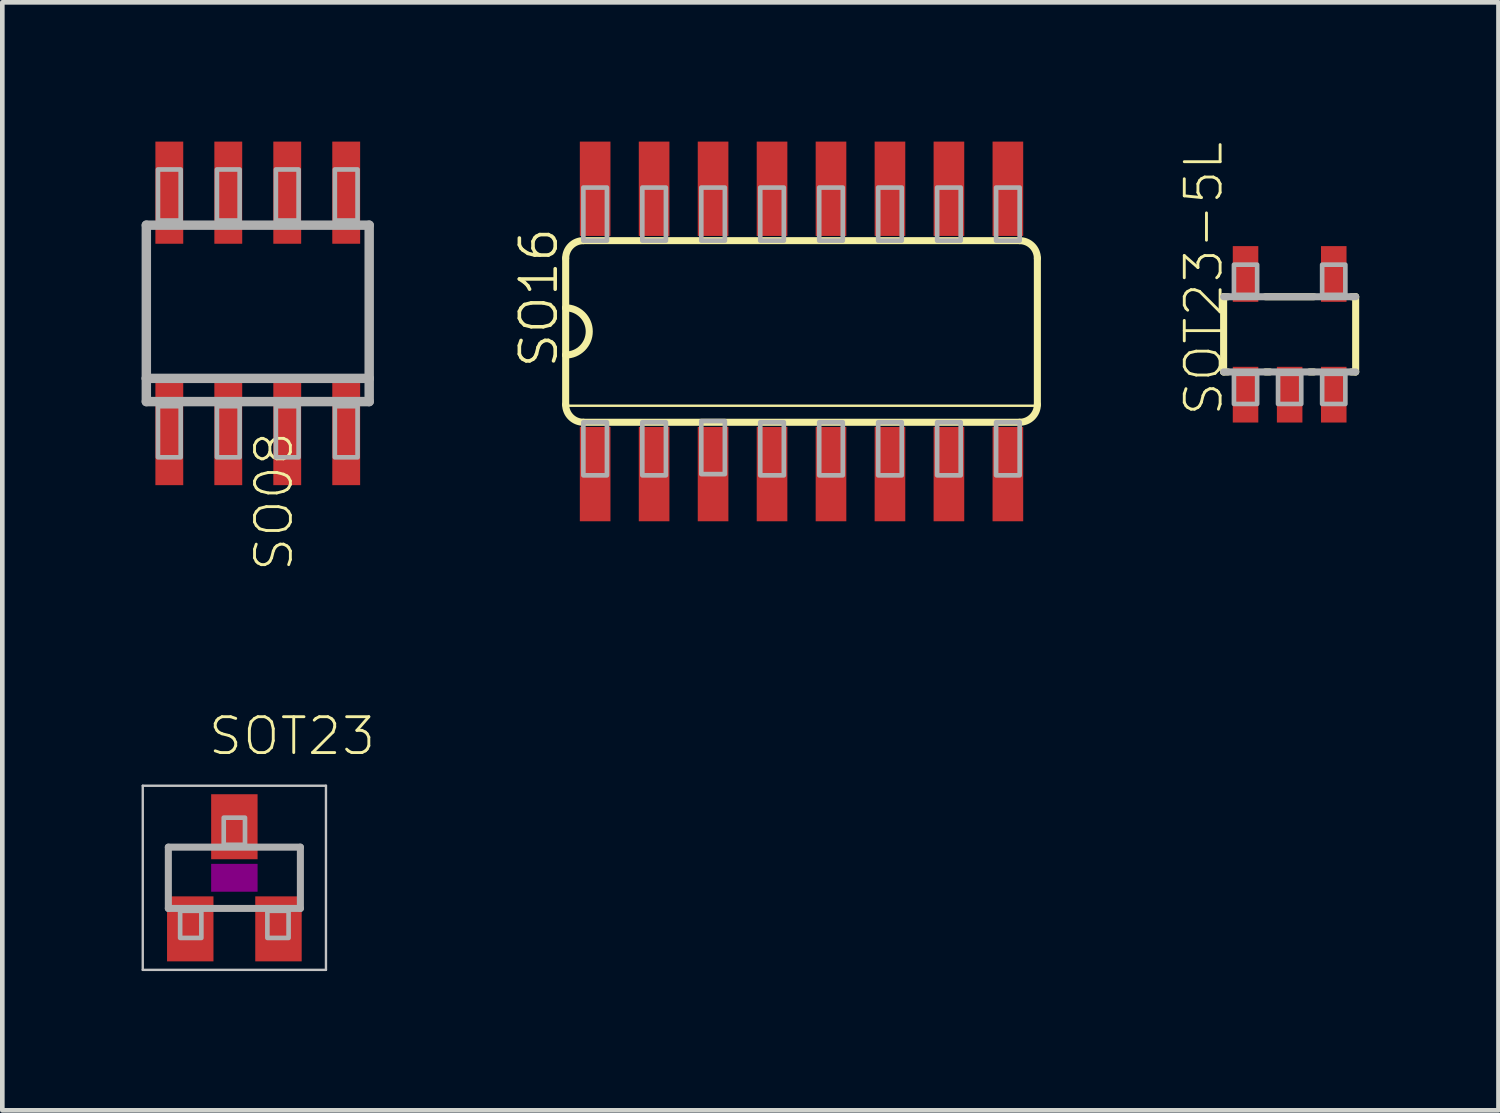
<source format=kicad_pcb>
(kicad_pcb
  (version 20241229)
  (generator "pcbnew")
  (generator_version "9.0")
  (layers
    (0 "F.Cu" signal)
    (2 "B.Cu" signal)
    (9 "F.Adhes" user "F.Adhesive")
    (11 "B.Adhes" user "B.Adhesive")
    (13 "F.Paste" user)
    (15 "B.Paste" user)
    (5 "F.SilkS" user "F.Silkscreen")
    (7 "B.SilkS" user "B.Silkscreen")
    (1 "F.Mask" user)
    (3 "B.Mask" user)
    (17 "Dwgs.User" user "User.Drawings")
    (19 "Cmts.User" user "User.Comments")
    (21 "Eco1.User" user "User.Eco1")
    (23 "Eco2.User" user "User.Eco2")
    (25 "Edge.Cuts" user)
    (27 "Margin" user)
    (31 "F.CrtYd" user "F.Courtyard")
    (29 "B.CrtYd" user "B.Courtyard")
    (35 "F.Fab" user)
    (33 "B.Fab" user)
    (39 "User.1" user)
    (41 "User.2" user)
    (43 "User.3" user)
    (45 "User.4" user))
  (footprint "SOT23-5L"
    (layer "F.Cu")
    (at 24.728 4.151)
    (property "Reference" "SOT23-5L" (at -1.4 1.8 90) (layer "F.SilkS") (effects (font (size 0.772 0.772) (thickness 0.062)) (justify left bottom)))
    (attr through_hole)
    (fp_line (start -1.422 -0.81) (end -1.328 -0.81) (stroke (width 0.152) (type solid)) (layer "F.SilkS"))
    (fp_line (start -1.422 0.81) (end -1.422 -0.81) (stroke (width 0.152) (type solid)) (layer "F.SilkS"))
    (fp_line (start -1.328 0.81) (end -1.422 0.81) (stroke (width 0.152) (type solid)) (layer "F.SilkS"))
    (fp_line (start -0.522 -0.81) (end 0.522 -0.81) (stroke (width 0.152) (type solid)) (layer "F.SilkS"))
    (fp_line (start -0.428 0.81) (end -0.522 0.81) (stroke (width 0.152) (type solid)) (layer "F.SilkS"))
    (fp_line (start 0.522 0.81) (end 0.428 0.81) (stroke (width 0.152) (type solid)) (layer "F.SilkS"))
    (fp_line (start 1.328 -0.81) (end 1.422 -0.81) (stroke (width 0.152) (type solid)) (layer "F.SilkS"))
    (fp_line (start 1.422 -0.81) (end 1.422 0.81) (stroke (width 0.152) (type solid)) (layer "F.SilkS"))
    (fp_line (start 1.422 0.81) (end 1.328 0.81) (stroke (width 0.152) (type solid)) (layer "F.SilkS"))
    (fp_line (start -1.422 -0.81) (end 1.422 -0.81) (stroke (width 0.152) (type solid)) (layer "F.Fab"))
    (fp_line (start 1.422 0.81) (end -1.422 0.81) (stroke (width 0.152) (type solid)) (layer "F.Fab"))
    (fp_poly (pts (xy -1.2 -0.85) (xy -0.7 -0.85) (xy -0.7 -1.5) (xy -1.2 -1.5)) (stroke (width 0.1) (type solid)) (fill no) (layer "F.Fab"))
    (fp_poly (pts (xy -1.2 1.5) (xy -0.7 1.5) (xy -0.7 0.85) (xy -1.2 0.85)) (stroke (width 0.1) (type solid)) (fill no) (layer "F.Fab"))
    (fp_poly (pts (xy -0.25 1.5) (xy 0.25 1.5) (xy 0.25 0.85) (xy -0.25 0.85)) (stroke (width 0.1) (type solid)) (fill no) (layer "F.Fab"))
    (fp_poly (pts (xy 0.7 -0.85) (xy 1.2 -0.85) (xy 1.2 -1.5) (xy 0.7 -1.5)) (stroke (width 0.1) (type solid)) (fill no) (layer "F.Fab"))
    (fp_poly (pts (xy 0.7 1.5) (xy 1.2 1.5) (xy 1.2 0.85) (xy 0.7 0.85)) (stroke (width 0.1) (type solid)) (fill no) (layer "F.Fab"))
    (pad "1" smd rect (at -0.95 1.3) (size 0.55 1.2) (layers "F.Cu" "F.Mask" "F.Paste"))
    (pad "2" smd rect (at 0 1.3) (size 0.55 1.2) (layers "F.Cu" "F.Mask" "F.Paste"))
    (pad "3" smd rect (at 0.95 1.3) (size 0.55 1.2) (layers "F.Cu" "F.Mask" "F.Paste"))
    (pad "4" smd rect (at 0.95 -1.3) (size 0.55 1.2) (layers "F.Cu" "F.Mask" "F.Paste"))
    (pad "5" smd rect (at -0.95 -1.3) (size 0.55 1.2) (layers "F.Cu" "F.Mask" "F.Paste")))
  (footprint "SO08"
    (layer "F.Cu")
    (at 2.502 3.7)
    (property "Reference" "SO08" (at 0.8 5.6 90) (layer "F.SilkS") (effects (font (size 0.772 0.772) (thickness 0.062)) (justify left bottom)))
    (attr through_hole)
    (fp_line (start -2.4 -1.9) (end 2.4 -1.9) (stroke (width 0.203) (type solid)) (layer "F.Fab"))
    (fp_line (start -2.4 1.4) (end -2.4 -1.9) (stroke (width 0.203) (type solid)) (layer "F.Fab"))
    (fp_line (start -2.4 1.9) (end -2.4 1.4) (stroke (width 0.203) (type solid)) (layer "F.Fab"))
    (fp_line (start 2.4 -1.9) (end 2.4 1.4) (stroke (width 0.203) (type solid)) (layer "F.Fab"))
    (fp_line (start 2.4 1.4) (end -2.4 1.4) (stroke (width 0.203) (type solid)) (layer "F.Fab"))
    (fp_line (start 2.4 1.4) (end 2.4 1.9) (stroke (width 0.203) (type solid)) (layer "F.Fab"))
    (fp_line (start 2.4 1.9) (end -2.4 1.9) (stroke (width 0.203) (type solid)) (layer "F.Fab"))
    (fp_poly (pts (xy -2.15 -2) (xy -1.66 -2) (xy -1.66 -3.1) (xy -2.15 -3.1)) (stroke (width 0.1) (type solid)) (fill no) (layer "F.Fab"))
    (fp_poly (pts (xy -2.15 3.1) (xy -1.66 3.1) (xy -1.66 2) (xy -2.15 2)) (stroke (width 0.1) (type solid)) (fill no) (layer "F.Fab"))
    (fp_poly (pts (xy -0.88 -2) (xy -0.39 -2) (xy -0.39 -3.1) (xy -0.88 -3.1)) (stroke (width 0.1) (type solid)) (fill no) (layer "F.Fab"))
    (fp_poly (pts (xy -0.88 3.1) (xy -0.39 3.1) (xy -0.39 2) (xy -0.88 2)) (stroke (width 0.1) (type solid)) (fill no) (layer "F.Fab"))
    (fp_poly (pts (xy 0.39 -2) (xy 0.88 -2) (xy 0.88 -3.1) (xy 0.39 -3.1)) (stroke (width 0.1) (type solid)) (fill no) (layer "F.Fab"))
    (fp_poly (pts (xy 0.39 3.1) (xy 0.88 3.1) (xy 0.88 2) (xy 0.39 2)) (stroke (width 0.1) (type solid)) (fill no) (layer "F.Fab"))
    (fp_poly (pts (xy 1.66 -2) (xy 2.15 -2) (xy 2.15 -3.1) (xy 1.66 -3.1)) (stroke (width 0.1) (type solid)) (fill no) (layer "F.Fab"))
    (fp_poly (pts (xy 1.66 3.1) (xy 2.15 3.1) (xy 2.15 2) (xy 1.66 2)) (stroke (width 0.1) (type solid)) (fill no) (layer "F.Fab"))
    (pad "1" smd rect (at -1.905 2.6) (size 0.6 2.2) (layers "F.Cu" "F.Mask" "F.Paste"))
    (pad "2" smd rect (at -0.635 2.6) (size 0.6 2.2) (layers "F.Cu" "F.Mask" "F.Paste"))
    (pad "3" smd rect (at 0.635 2.6) (size 0.6 2.2) (layers "F.Cu" "F.Mask" "F.Paste"))
    (pad "4" smd rect (at 1.905 2.6) (size 0.6 2.2) (layers "F.Cu" "F.Mask" "F.Paste"))
    (pad "5" smd rect (at 1.905 -2.6) (size 0.6 2.2) (layers "F.Cu" "F.Mask" "F.Paste"))
    (pad "6" smd rect (at 0.635 -2.6) (size 0.6 2.2) (layers "F.Cu" "F.Mask" "F.Paste"))
    (pad "7" smd rect (at -0.635 -2.6) (size 0.6 2.2) (layers "F.Cu" "F.Mask" "F.Paste"))
    (pad "8" smd rect (at -1.905 -2.6) (size 0.6 2.2) (layers "F.Cu" "F.Mask" "F.Paste")))
  (footprint "SO16"
    (layer "F.Cu")
    (at 14.214 4.089)
    (property "Reference" "SO16" (at -5.207 0.832 90) (layer "F.SilkS") (effects (font (size 0.772 0.772) (thickness 0.077)) (justify left bottom)))
    (attr through_hole)
    (fp_line (start -5.08 -1.575) (end -5.08 -0.508) (stroke (width 0.152) (type solid)) (layer "F.SilkS"))
    (fp_line (start -5.08 -0.508) (end -5.08 0.508) (stroke (width 0.152) (type solid)) (layer "F.SilkS"))
    (fp_line (start -5.08 0.508) (end -5.08 1.575) (stroke (width 0.152) (type solid)) (layer "F.SilkS"))
    (fp_line (start -5.08 1.6) (end 5.08 1.6) (stroke (width 0.051) (type solid)) (layer "F.SilkS"))
    (fp_line (start -4.699 1.956) (end 4.699 1.956) (stroke (width 0.152) (type solid)) (layer "F.SilkS"))
    (fp_line (start 4.699 -1.956) (end -4.699 -1.956) (stroke (width 0.152) (type solid)) (layer "F.SilkS"))
    (fp_line (start 5.08 1.575) (end 5.08 -1.575) (stroke (width 0.152) (type solid)) (layer "F.SilkS"))
    (fp_arc (start -5.08 -1.5748) (mid -4.968408 -1.844208) (end -4.699 -1.9558) (stroke (width 0.1524) (type solid)) (layer "F.SilkS"))
    (fp_arc (start -5.08 -0.508) (mid -4.572 0) (end -5.08 0.508) (stroke (width 0.1524) (type solid)) (layer "F.SilkS"))
    (fp_arc (start -4.699 1.9558) (mid -4.968408 1.844208) (end -5.08 1.5748) (stroke (width 0.1524) (type solid)) (layer "F.SilkS"))
    (fp_arc (start 4.699 -1.9558) (mid 4.968408 -1.844208) (end 5.08 -1.5748) (stroke (width 0.1524) (type solid)) (layer "F.SilkS"))
    (fp_arc (start 5.08 1.5748) (mid 4.968408 1.844208) (end 4.699 1.9558) (stroke (width 0.1524) (type solid)) (layer "F.SilkS"))
    (fp_poly (pts (xy -4.699 -1.956) (xy -4.191 -1.956) (xy -4.191 -3.099) (xy -4.699 -3.099)) (stroke (width 0.1) (type solid)) (fill no) (layer "F.Fab"))
    (fp_poly (pts (xy -4.699 3.099) (xy -4.191 3.099) (xy -4.191 1.956) (xy -4.699 1.956)) (stroke (width 0.1) (type solid)) (fill no) (layer "F.Fab"))
    (fp_poly (pts (xy -3.429 -1.956) (xy -2.921 -1.956) (xy -2.921 -3.099) (xy -3.429 -3.099)) (stroke (width 0.1) (type solid)) (fill no) (layer "F.Fab"))
    (fp_poly (pts (xy -3.429 3.099) (xy -2.921 3.099) (xy -2.921 1.956) (xy -3.429 1.956)) (stroke (width 0.1) (type solid)) (fill no) (layer "F.Fab"))
    (fp_poly (pts (xy -2.159 -1.956) (xy -1.651 -1.956) (xy -1.651 -3.099) (xy -2.159 -3.099)) (stroke (width 0.1) (type solid)) (fill no) (layer "F.Fab"))
    (fp_poly (pts (xy -2.159 3.073) (xy -1.651 3.073) (xy -1.651 1.93) (xy -2.159 1.93)) (stroke (width 0.1) (type solid)) (fill no) (layer "F.Fab"))
    (fp_poly (pts (xy -0.889 -1.956) (xy -0.381 -1.956) (xy -0.381 -3.099) (xy -0.889 -3.099)) (stroke (width 0.1) (type solid)) (fill no) (layer "F.Fab"))
    (fp_poly (pts (xy -0.889 3.099) (xy -0.381 3.099) (xy -0.381 1.956) (xy -0.889 1.956)) (stroke (width 0.1) (type solid)) (fill no) (layer "F.Fab"))
    (fp_poly (pts (xy 0.381 -1.956) (xy 0.889 -1.956) (xy 0.889 -3.099) (xy 0.381 -3.099)) (stroke (width 0.1) (type solid)) (fill no) (layer "F.Fab"))
    (fp_poly (pts (xy 0.381 3.099) (xy 0.889 3.099) (xy 0.889 1.956) (xy 0.381 1.956)) (stroke (width 0.1) (type solid)) (fill no) (layer "F.Fab"))
    (fp_poly (pts (xy 1.651 -1.956) (xy 2.159 -1.956) (xy 2.159 -3.099) (xy 1.651 -3.099)) (stroke (width 0.1) (type solid)) (fill no) (layer "F.Fab"))
    (fp_poly (pts (xy 1.651 3.099) (xy 2.159 3.099) (xy 2.159 1.956) (xy 1.651 1.956)) (stroke (width 0.1) (type solid)) (fill no) (layer "F.Fab"))
    (fp_poly (pts (xy 2.921 -1.956) (xy 3.429 -1.956) (xy 3.429 -3.099) (xy 2.921 -3.099)) (stroke (width 0.1) (type solid)) (fill no) (layer "F.Fab"))
    (fp_poly (pts (xy 2.921 3.099) (xy 3.429 3.099) (xy 3.429 1.956) (xy 2.921 1.956)) (stroke (width 0.1) (type solid)) (fill no) (layer "F.Fab"))
    (fp_poly (pts (xy 4.191 -1.956) (xy 4.699 -1.956) (xy 4.699 -3.099) (xy 4.191 -3.099)) (stroke (width 0.1) (type solid)) (fill no) (layer "F.Fab"))
    (fp_poly (pts (xy 4.191 3.099) (xy 4.699 3.099) (xy 4.699 1.956) (xy 4.191 1.956)) (stroke (width 0.1) (type solid)) (fill no) (layer "F.Fab"))
    (pad "1" smd rect (at -4.445 3.073) (size 0.66 2.032) (layers "F.Cu" "F.Mask" "F.Paste"))
    (pad "2" smd rect (at -3.175 3.073) (size 0.66 2.032) (layers "F.Cu" "F.Mask" "F.Paste"))
    (pad "3" smd rect (at -1.905 3.073) (size 0.66 2.032) (layers "F.Cu" "F.Mask" "F.Paste"))
    (pad "4" smd rect (at -0.635 3.073) (size 0.66 2.032) (layers "F.Cu" "F.Mask" "F.Paste"))
    (pad "5" smd rect (at 0.635 3.073) (size 0.66 2.032) (layers "F.Cu" "F.Mask" "F.Paste"))
    (pad "6" smd rect (at 1.905 3.073) (size 0.66 2.032) (layers "F.Cu" "F.Mask" "F.Paste"))
    (pad "7" smd rect (at 3.175 3.073) (size 0.66 2.032) (layers "F.Cu" "F.Mask" "F.Paste"))
    (pad "8" smd rect (at 4.445 3.073) (size 0.66 2.032) (layers "F.Cu" "F.Mask" "F.Paste"))
    (pad "9" smd rect (at 4.445 -3.073) (size 0.66 2.032) (layers "F.Cu" "F.Mask" "F.Paste"))
    (pad "10" smd rect (at 3.175 -3.073) (size 0.66 2.032) (layers "F.Cu" "F.Mask" "F.Paste"))
    (pad "11" smd rect (at 1.905 -3.073) (size 0.66 2.032) (layers "F.Cu" "F.Mask" "F.Paste"))
    (pad "12" smd rect (at 0.635 -3.073) (size 0.66 2.032) (layers "F.Cu" "F.Mask" "F.Paste"))
    (pad "13" smd rect (at -0.635 -3.073) (size 0.66 2.032) (layers "F.Cu" "F.Mask" "F.Paste"))
    (pad "14" smd rect (at -1.905 -3.073) (size 0.66 2.032) (layers "F.Cu" "F.Mask" "F.Paste"))
    (pad "15" smd rect (at -3.175 -3.073) (size 0.66 2.032) (layers "F.Cu" "F.Mask" "F.Paste"))
    (pad "16" smd rect (at -4.445 -3.073) (size 0.66 2.032) (layers "F.Cu" "F.Mask" "F.Paste")))
  (footprint "SOT23"
    (layer "F.Cu")
    (at 1.998 15.857)
    (property "Reference" "SOT23" (at -0.6 -2.6 180) (layer "F.SilkS") (effects (font (size 0.772 0.772) (thickness 0.062)) (justify left bottom)))
    (attr through_hole)
    (fp_poly (pts (xy -0.5 0.3) (xy 0.5 0.3) (xy 0.5 -0.3) (xy -0.5 -0.3)) (stroke (width 0) (type solid)) (fill yes) (layer "F.Adhes"))
    (fp_line (start -1.973 -1.983) (end 1.973 -1.983) (stroke (width 0.051) (type solid)) (layer "Dwgs.User"))
    (fp_line (start -1.973 1.983) (end -1.973 -1.983) (stroke (width 0.051) (type solid)) (layer "Dwgs.User"))
    (fp_line (start 1.973 -1.983) (end 1.973 1.983) (stroke (width 0.051) (type solid)) (layer "Dwgs.User"))
    (fp_line (start 1.973 1.983) (end -1.973 1.983) (stroke (width 0.051) (type solid)) (layer "Dwgs.User"))
    (fp_line (start -1.422 -0.66) (end 1.422 -0.66) (stroke (width 0.152) (type solid)) (layer "F.Fab"))
    (fp_line (start -1.422 0.66) (end -1.422 -0.66) (stroke (width 0.152) (type solid)) (layer "F.Fab"))
    (fp_line (start 1.422 -0.66) (end 1.422 0.66) (stroke (width 0.152) (type solid)) (layer "F.Fab"))
    (fp_line (start 1.422 0.66) (end -1.422 0.66) (stroke (width 0.152) (type solid)) (layer "F.Fab"))
    (fp_poly (pts (xy -1.168 1.295) (xy -0.711 1.295) (xy -0.711 0.711) (xy -1.168 0.711)) (stroke (width 0.1) (type solid)) (fill no) (layer "F.Fab"))
    (fp_poly (pts (xy -0.229 -0.711) (xy 0.229 -0.711) (xy 0.229 -1.295) (xy -0.229 -1.295)) (stroke (width 0.1) (type solid)) (fill no) (layer "F.Fab"))
    (fp_poly (pts (xy 0.711 1.295) (xy 1.168 1.295) (xy 1.168 0.711) (xy 0.711 0.711)) (stroke (width 0.1) (type solid)) (fill no) (layer "F.Fab"))
    (pad "1" smd rect (at -0.95 1.1) (size 1 1.4) (layers "F.Cu" "F.Mask" "F.Paste"))
    (pad "2" smd rect (at 0.95 1.1) (size 1 1.4) (layers "F.Cu" "F.Mask" "F.Paste"))
    (pad "3" smd rect (at 0 -1.1) (size 1 1.4) (layers "F.Cu" "F.Mask" "F.Paste")))
  (gr_rect
    (start -3 -3)
    (end 29.226 20.866)
    (stroke (width 0.1) (type default))
    (fill no)
    (layer "Edge.Cuts")))
</source>
